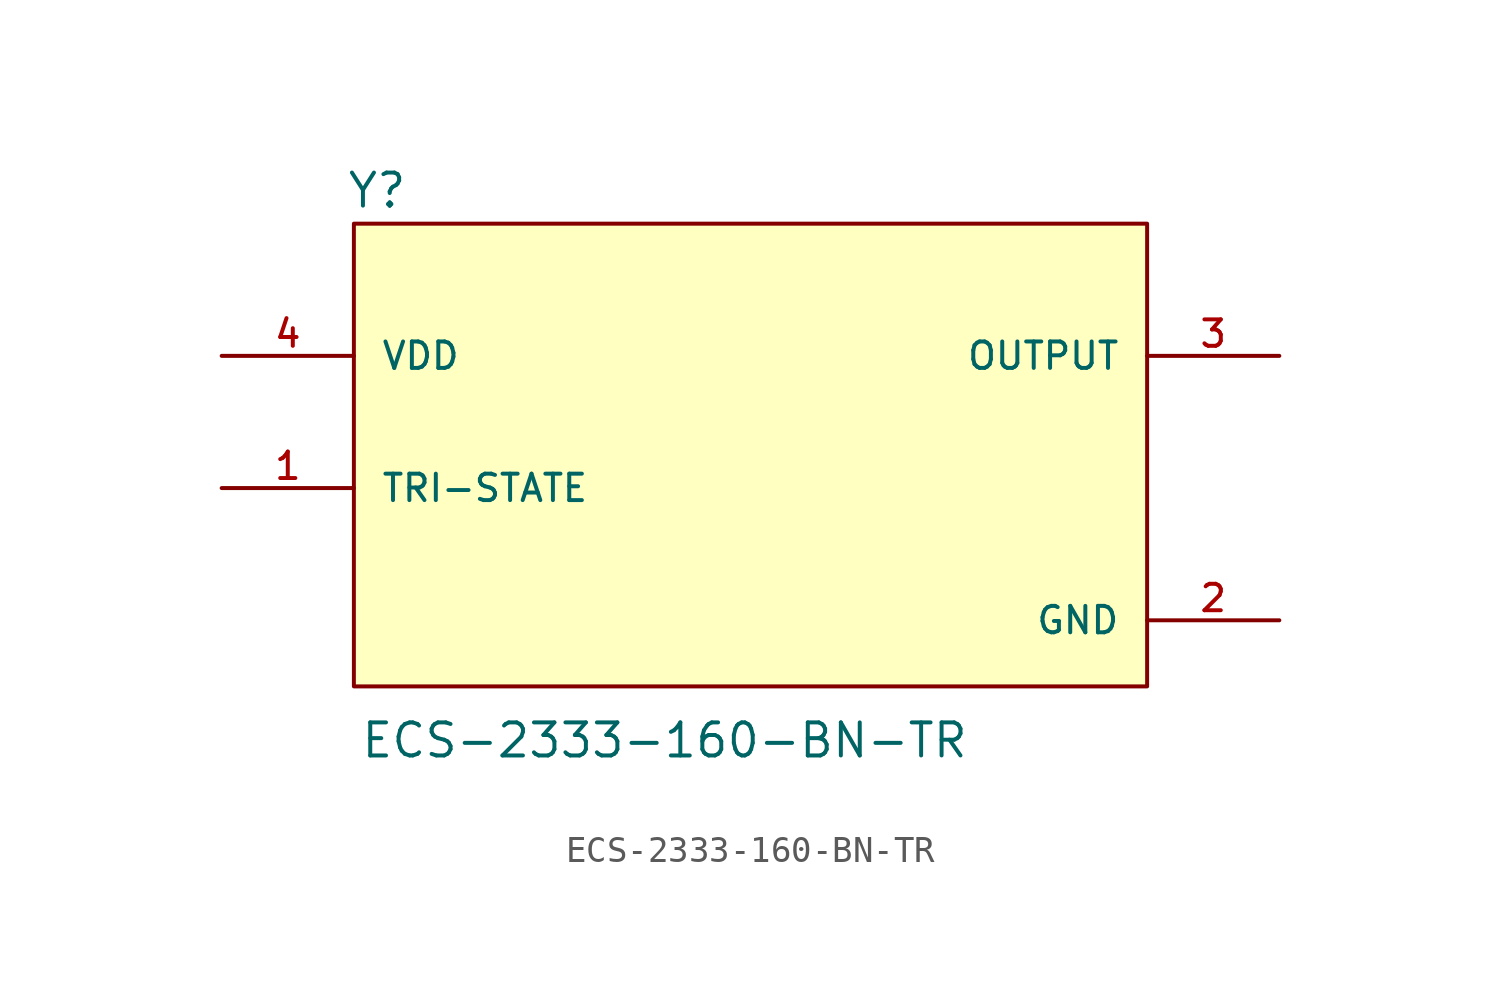
<source format=kicad_sym>
(kicad_symbol_lib
  (version 20211014)
  (generator kicad_symbol_editor)
  (symbol "ECS-2333-160-BN-TR"
    (pin_names
      (offset 1.016))
    (property "Reference" "Y"
      (at -15.536 8.15 0)
      (effects (font (size 1.27 1.27)) (justify left bottom)))
    (property "Value" "ECS-2333-160-BN-TR"
      (at -15.013 -12.977 0)
      (effects (font (size 1.27 1.27)) (justify left bottom)))
    (symbol "ECS-2333-160-BN-TR_0_0"
      (rectangle (start -15.24 -10.16) (end 15.24 7.62) (stroke (width 0.152) (type default) (color 0 0 0 0)) (fill (type background)))
      (pin input line (at -20.32 -2.54 0) (length 5.08) (name "TRI-STATE" (effects (font (size 1.016 1.016)))) (number "1" (effects (font (size 1.016 1.016)))))
      (pin power_in line (at 20.32 -7.62 180) (length 5.08) (name "GND" (effects (font (size 1.016 1.016)))) (number "2" (effects (font (size 1.016 1.016)))))
      (pin output line (at 20.32 2.54 180) (length 5.08) (name "OUTPUT" (effects (font (size 1.016 1.016)))) (number "3" (effects (font (size 1.016 1.016)))))
      (pin input line (at -20.32 2.54 0) (length 5.08) (name "VDD" (effects (font (size 1.016 1.016)))) (number "4" (effects (font (size 1.016 1.016))))))))
</source>
